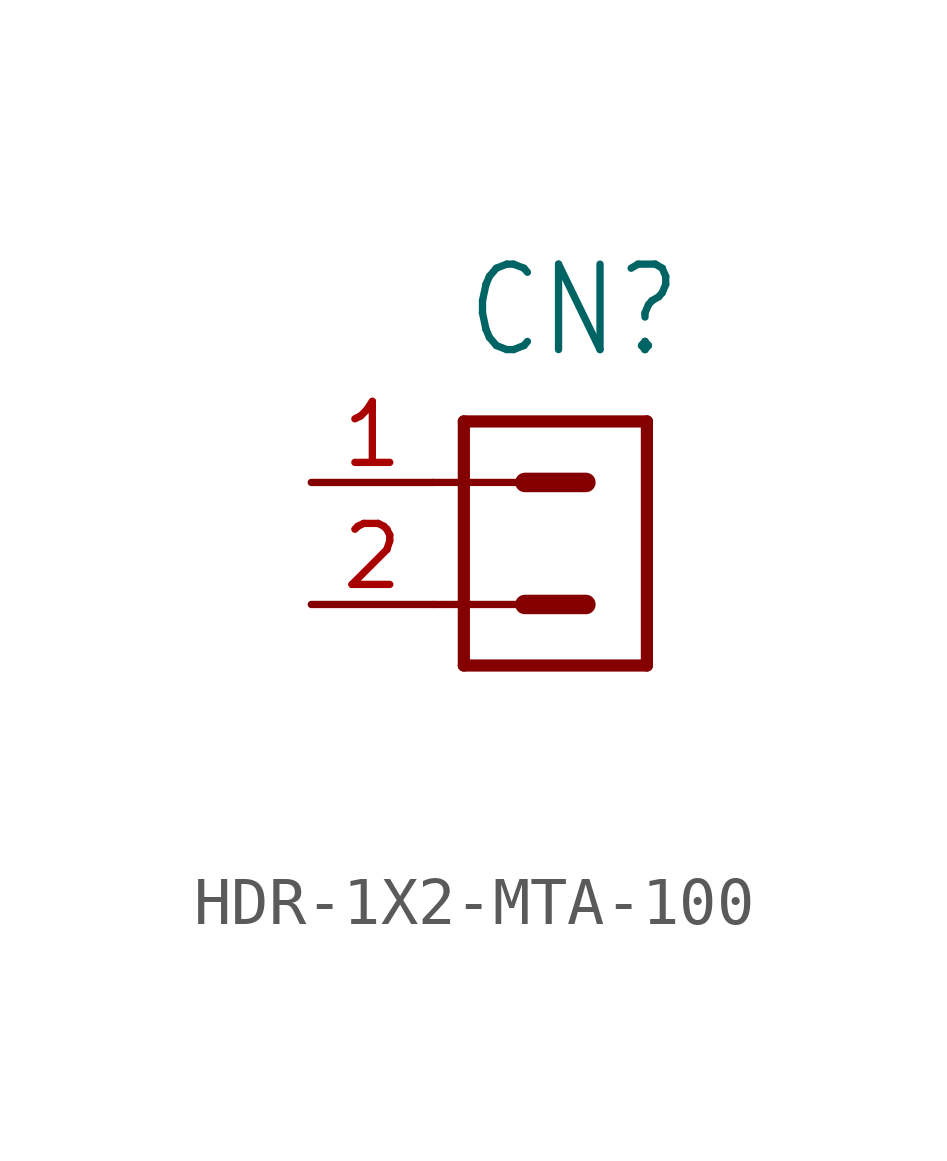
<source format=kicad_sym>
(kicad_symbol_lib
  (version 20220914)
  (generator kicad_symbol_editor)
  (symbol "HDR-1X2-MTA-100"
    (property "Reference" "CN"
      (at -1.905 2.54 0)
      (effects (font (size 1.778 1.511)) (justify left bottom)))
    (property "Value" ""
      (at -1.905 -6.668 0)
      (effects (font (size 1.778 1.511)) (justify left bottom)))
    (property "ki_locked" ""
      (at 0 0 0)
      (effects (font (size 1.27 1.27))))
    (symbol "HDR-1X2-MTA-100_1_0"
      (polyline (pts (xy -2.54 -2.54) (xy -0.635 -2.54)) (stroke (width 0.152) (type solid)) (fill (type none)))
      (polyline (pts (xy -2.54 0) (xy -0.635 0)) (stroke (width 0.152) (type solid)) (fill (type none)))
      (polyline (pts (xy -1.905 -3.81) (xy -1.905 1.27)) (stroke (width 0.254) (type solid)) (fill (type none)))
      (polyline (pts (xy -1.905 -3.81) (xy 1.905 -3.81)) (stroke (width 0.254) (type solid)) (fill (type none)))
      (polyline (pts (xy -0.635 -2.54) (xy 0.635 -2.54)) (stroke (width 0.406) (type solid)) (fill (type none)))
      (polyline (pts (xy -0.635 0) (xy 0.635 0)) (stroke (width 0.406) (type solid)) (fill (type none)))
      (polyline (pts (xy 1.905 1.27) (xy -1.905 1.27)) (stroke (width 0.254) (type solid)) (fill (type none)))
      (polyline (pts (xy 1.905 1.27) (xy 1.905 -3.81)) (stroke (width 0.254) (type solid)) (fill (type none)))
      (pin passive line (at -5.08 0 0) (length 2.54) (name "1" (effects (font (size 0 0)))) (number "1" (effects (font (size 1.27 1.27)))))
      (pin passive line (at -5.08 -2.54 0) (length 2.54) (name "2" (effects (font (size 0 0)))) (number "2" (effects (font (size 1.27 1.27))))))))
</source>
